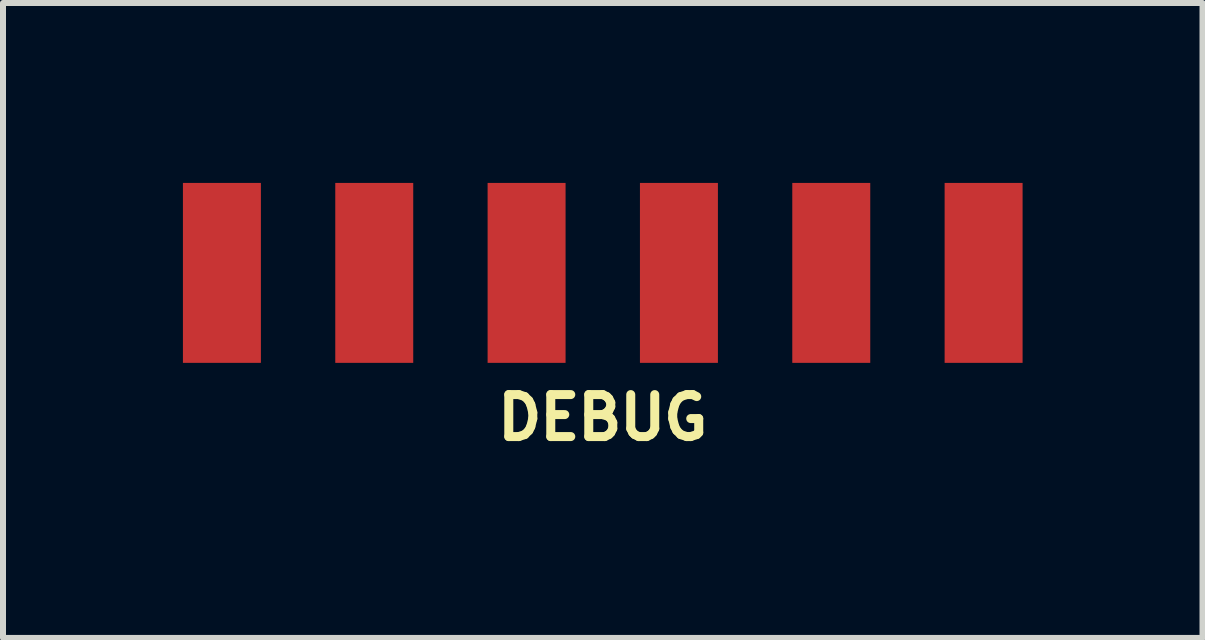
<source format=kicad_pcb>
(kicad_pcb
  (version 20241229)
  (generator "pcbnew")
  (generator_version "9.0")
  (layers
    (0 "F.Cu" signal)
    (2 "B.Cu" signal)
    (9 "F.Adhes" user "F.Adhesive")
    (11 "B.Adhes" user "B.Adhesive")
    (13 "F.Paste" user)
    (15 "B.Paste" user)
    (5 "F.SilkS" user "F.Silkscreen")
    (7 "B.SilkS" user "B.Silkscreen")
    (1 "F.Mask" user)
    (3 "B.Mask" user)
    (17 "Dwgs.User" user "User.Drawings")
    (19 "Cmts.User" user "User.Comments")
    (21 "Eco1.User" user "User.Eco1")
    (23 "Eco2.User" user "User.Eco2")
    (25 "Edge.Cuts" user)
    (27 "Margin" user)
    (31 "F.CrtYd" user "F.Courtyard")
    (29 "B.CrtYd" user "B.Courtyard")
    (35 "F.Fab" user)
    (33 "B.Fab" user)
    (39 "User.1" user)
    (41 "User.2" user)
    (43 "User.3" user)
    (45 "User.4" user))
  (footprint "DEBUG"
    (layer "F.Cu")
    (at 7 1.5)
    (property "Reference" "DEBUG" (at 0 2.413 0) (layer "F.SilkS") (effects (font (size 0.7 0.7) (thickness 0.15))))
    (attr exclude_from_pos_files exclude_from_bom)
    (pad "1" smd rect (at -6.35 0) (size 1.3 3) (layers "F.Cu" "F.Mask" "F.Paste"))
    (pad "2" smd rect (at -3.81 0) (size 1.3 3) (layers "F.Cu" "F.Mask" "F.Paste"))
    (pad "3" smd rect (at -1.27 0) (size 1.3 3) (layers "F.Cu" "F.Mask" "F.Paste"))
    (pad "4" smd rect (at 1.27 0) (size 1.3 3) (layers "F.Cu" "F.Mask" "F.Paste"))
    (pad "5" smd rect (at 3.81 0) (size 1.3 3) (layers "F.Cu" "F.Mask" "F.Paste"))
    (pad "6" smd rect (at 6.35 0) (size 1.3 3) (layers "F.Cu" "F.Mask" "F.Paste")))
  (gr_rect
    (start -3 -3)
    (end 17 7.586)
    (stroke (width 0.1) (type default))
    (fill no)
    (layer "Edge.Cuts")))
</source>
